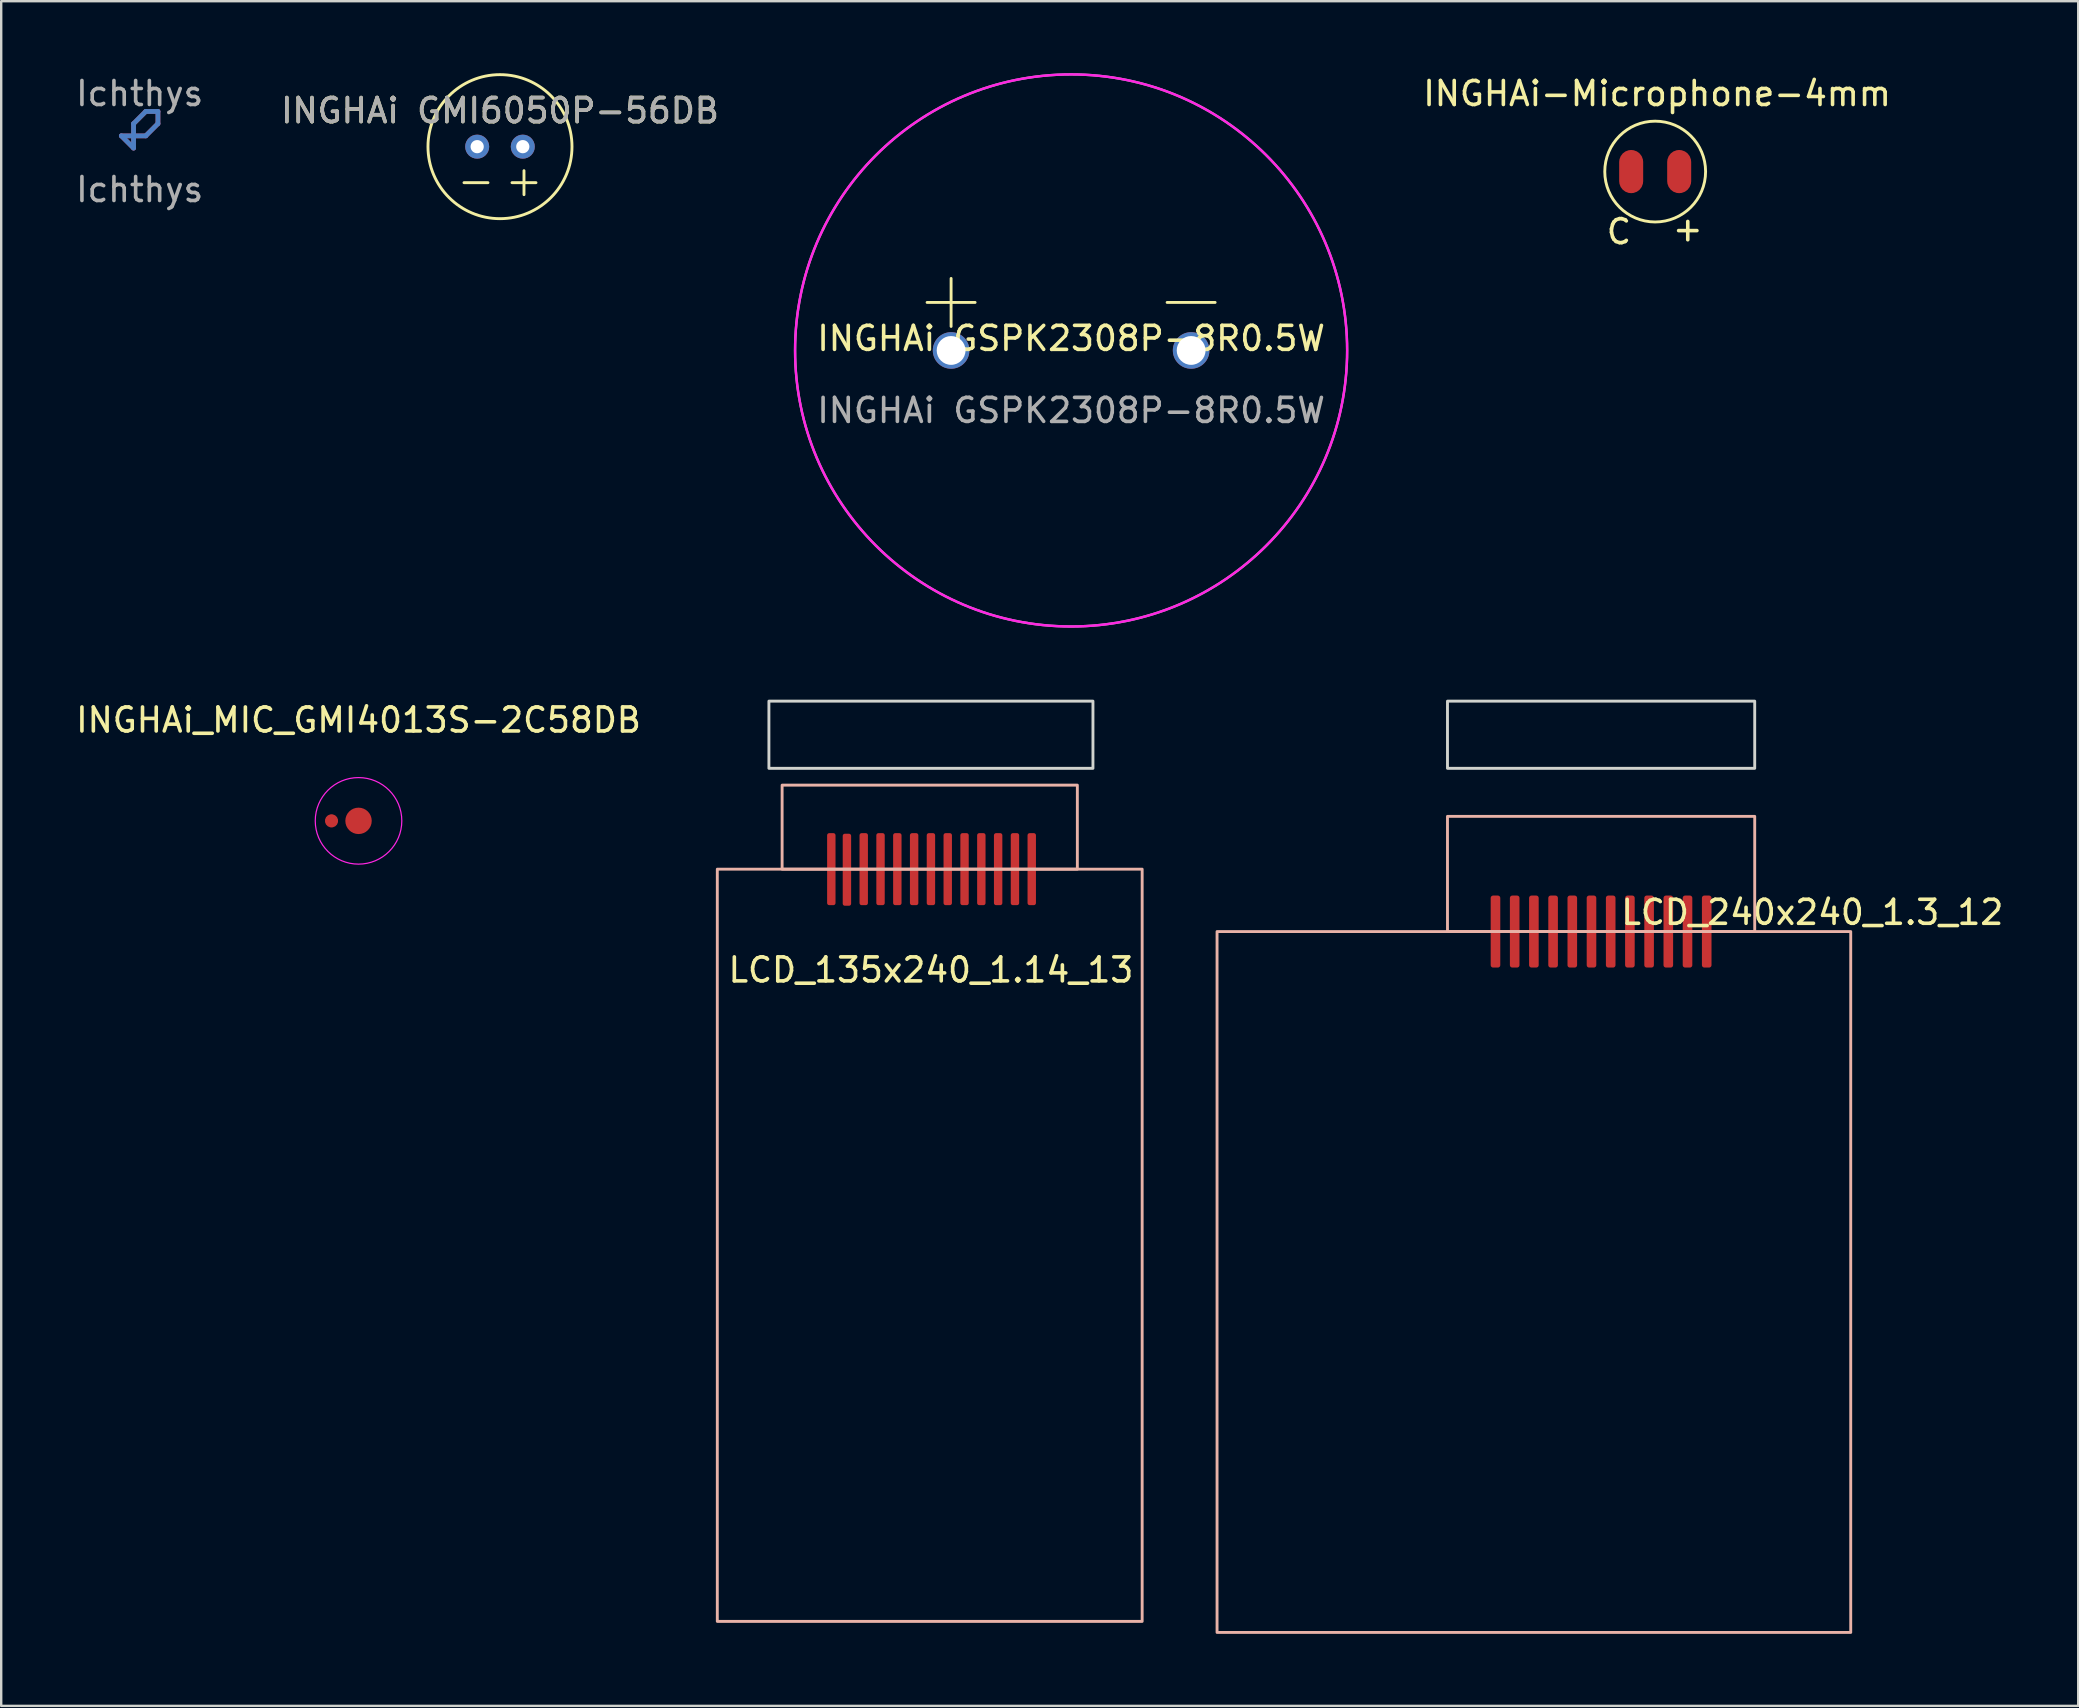
<source format=kicad_pcb>
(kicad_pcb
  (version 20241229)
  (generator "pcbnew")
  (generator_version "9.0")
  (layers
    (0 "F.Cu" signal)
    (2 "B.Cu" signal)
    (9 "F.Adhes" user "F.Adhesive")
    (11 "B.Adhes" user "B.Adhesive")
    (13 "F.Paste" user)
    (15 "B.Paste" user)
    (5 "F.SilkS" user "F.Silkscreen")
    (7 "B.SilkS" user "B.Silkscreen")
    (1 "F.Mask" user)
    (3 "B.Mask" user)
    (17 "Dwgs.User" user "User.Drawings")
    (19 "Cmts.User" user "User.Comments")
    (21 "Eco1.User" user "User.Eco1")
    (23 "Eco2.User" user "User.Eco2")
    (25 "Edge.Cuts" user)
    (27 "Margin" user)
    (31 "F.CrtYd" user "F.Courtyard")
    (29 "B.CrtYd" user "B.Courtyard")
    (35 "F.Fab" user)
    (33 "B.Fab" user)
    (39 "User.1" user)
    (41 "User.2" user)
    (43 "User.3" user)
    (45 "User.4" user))
  (footprint "Ichthys"
    (layer "F.Cu")
    (at 2.768 2.348)
    (property "Reference" "Ichthys" (at 0 -1.5 0) (unlocked yes) (layer "F.Fab") (effects (font (size 1 1) (thickness 0.15))))
    (attr smd allow_missing_courtyard)
    (fp_line (start -0.762 0.262) (end -0.254 0.77) (stroke (width 0.2) (type default)) (layer "F.Cu"))
    (fp_line (start -0.254 -0.246) (end 0.254 -0.754) (stroke (width 0.2) (type default)) (layer "F.Cu"))
    (fp_line (start -0.254 0.77) (end -0.254 -0.246) (stroke (width 0.2) (type default)) (layer "F.Cu"))
    (fp_line (start 0.254 -0.754) (end 0.762 -0.754) (stroke (width 0.2) (type default)) (layer "F.Cu"))
    (fp_line (start 0.254 0.262) (end -0.762 0.262) (stroke (width 0.2) (type default)) (layer "F.Cu"))
    (fp_line (start 0.762 -0.246) (end 0.254 0.262) (stroke (width 0.2) (type default)) (layer "F.Cu"))
    (fp_line (start 0.762 -0.754) (end 0.762 -0.246) (stroke (width 0.2) (type default)) (layer "F.Cu"))
    (fp_line (start -0.762 0.262) (end 0.254 0.262) (stroke (width 0.1) (type default)) (layer "F.Mask"))
    (fp_line (start -0.254 -0.246) (end -0.254 0.77) (stroke (width 0.1) (type default)) (layer "F.Mask"))
    (fp_line (start -0.254 0.77) (end -0.762 0.262) (stroke (width 0.1) (type default)) (layer "F.Mask"))
    (fp_line (start 0.254 -0.754) (end -0.254 -0.246) (stroke (width 0.1) (type default)) (layer "F.Mask"))
    (fp_line (start 0.254 0.262) (end 0.762 -0.246) (stroke (width 0.1) (type default)) (layer "F.Mask"))
    (fp_line (start 0.762 -0.246) (end 0.762 -0.754) (stroke (width 0.1) (type default)) (layer "F.Mask"))
    (fp_line (start 0.762 -0.754) (end 0.254 -0.754) (stroke (width 0.1) (type default)) (layer "F.Mask"))
    (fp_line (start -0.762 0.262) (end -0.254 0.77) (stroke (width 0.2) (type default)) (layer "B.Cu"))
    (fp_line (start -0.254 -0.246) (end 0.254 -0.754) (stroke (width 0.2) (type default)) (layer "B.Cu"))
    (fp_line (start -0.254 0.77) (end -0.254 -0.246) (stroke (width 0.2) (type default)) (layer "B.Cu"))
    (fp_line (start 0.254 -0.754) (end 0.762 -0.754) (stroke (width 0.2) (type default)) (layer "B.Cu"))
    (fp_line (start 0.254 0.262) (end -0.762 0.262) (stroke (width 0.2) (type default)) (layer "B.Cu"))
    (fp_line (start 0.762 -0.246) (end 0.254 0.262) (stroke (width 0.2) (type default)) (layer "B.Cu"))
    (fp_line (start 0.762 -0.754) (end 0.762 -0.246) (stroke (width 0.2) (type default)) (layer "B.Cu"))
    (fp_line (start -0.762 0.262) (end 0.254 0.262) (stroke (width 0.1) (type default)) (layer "B.Mask"))
    (fp_line (start -0.254 -0.246) (end -0.254 0.77) (stroke (width 0.1) (type default)) (layer "B.Mask"))
    (fp_line (start -0.254 0.77) (end -0.762 0.262) (stroke (width 0.1) (type default)) (layer "B.Mask"))
    (fp_line (start 0.254 -0.754) (end -0.254 -0.246) (stroke (width 0.1) (type default)) (layer "B.Mask"))
    (fp_line (start 0.254 0.262) (end 0.762 -0.246) (stroke (width 0.1) (type default)) (layer "B.Mask"))
    (fp_line (start 0.762 -0.246) (end 0.762 -0.754) (stroke (width 0.1) (type default)) (layer "B.Mask"))
    (fp_line (start 0.762 -0.754) (end 0.254 -0.754) (stroke (width 0.1) (type default)) (layer "B.Mask"))
    (fp_text user "${REFERENCE}" (at 0 2.5 0) (unlocked yes) (layer "F.Fab") (effects (font (size 1 1) (thickness 0.15)))))
  (footprint "INGHAi GMI6050P-56DB"
    (layer "F.Cu")
    (at 17.78 3.06)
    (property "Reference" "INGHAi GMI6050P-56DB" (at 0 -1.5 0) (unlocked yes) (layer "F.SilkS") (effects (font (size 1 1) (thickness 0.15))))
    (attr through_hole)
    (fp_line (start -1.5 1.5) (end -0.5 1.5) (stroke (width 0.12) (type solid)) (layer "F.SilkS"))
    (fp_line (start 0.5 1.5) (end 1.5 1.5) (stroke (width 0.12) (type solid)) (layer "F.SilkS"))
    (fp_line (start 1 1) (end 1 2) (stroke (width 0.12) (type solid)) (layer "F.SilkS"))
    (fp_circle (center 0 0) (end 3 0) (stroke (width 0.12) (type solid)) (fill no) (layer "F.SilkS"))
    (fp_text user "${REFERENCE}" (at 0 -1.5 0) (unlocked yes) (layer "F.Fab") (effects (font (size 1 1) (thickness 0.15))))
    (pad "1" thru_hole circle (at -0.95 0) (size 1 1) (drill 0.55) (layers "*.Cu" "*.Mask"))
    (pad "2" thru_hole circle (at 0.95 0) (size 1 1) (drill 0.55) (layers "*.Cu" "*.Mask")))
  (footprint "LCD_240x240_1.3_12"
    (layer "F.Cu")
    (at 61.254 35.76)
    (property "Reference" "LCD_240x240_1.3_12" (at 11.2 -0.8 0) (unlocked yes) (layer "F.SilkS") (effects (font (size 1 1) (thickness 0.15))))
    (attr smd)
    (fp_rect (start -13.6 0) (end 12.8 29.2) (stroke (width 0.12) (type solid)) (fill no) (layer "B.SilkS"))
    (fp_rect (start -4 -4.8) (end 8.8 0) (stroke (width 0.12) (type solid)) (fill no) (layer "B.SilkS"))
    (fp_rect (start -4 -9.6) (end 8.8 -6.8) (stroke (width 0.12) (type solid)) (fill no) (layer "Edge.Cuts"))
    (pad "1" smd roundrect (at -2 0 90) (size 3 0.4) (layers "F.Cu" "F.Mask" "F.Paste") (roundrect_rratio 0.25))
    (pad "2" smd roundrect (at -1.2 0 90) (size 3 0.4) (layers "F.Cu" "F.Mask" "F.Paste") (roundrect_rratio 0.25))
    (pad "3" smd roundrect (at -0.4 0 90) (size 3 0.4) (layers "F.Cu" "F.Mask" "F.Paste") (roundrect_rratio 0.25))
    (pad "4" smd roundrect (at 0.4 0 90) (size 3 0.4) (layers "F.Cu" "F.Mask" "F.Paste") (roundrect_rratio 0.25))
    (pad "5" smd roundrect (at 1.2 0 90) (size 3 0.4) (layers "F.Cu" "F.Mask" "F.Paste") (roundrect_rratio 0.25))
    (pad "6" smd roundrect (at 2 0 90) (size 3 0.4) (layers "F.Cu" "F.Mask" "F.Paste") (roundrect_rratio 0.25))
    (pad "7" smd roundrect (at 2.8 0 90) (size 3 0.4) (layers "F.Cu" "F.Mask" "F.Paste") (roundrect_rratio 0.25))
    (pad "8" smd roundrect (at 3.6 0 90) (size 3 0.4) (layers "F.Cu" "F.Mask" "F.Paste") (roundrect_rratio 0.25))
    (pad "9" smd roundrect (at 4.4 0 90) (size 3 0.4) (layers "F.Cu" "F.Mask" "F.Paste") (roundrect_rratio 0.25))
    (pad "10" smd roundrect (at 5.2 0 90) (size 3 0.4) (layers "F.Cu" "F.Mask" "F.Paste") (roundrect_rratio 0.25))
    (pad "11" smd roundrect (at 6 0 90) (size 3 0.4) (layers "F.Cu" "F.Mask" "F.Paste") (roundrect_rratio 0.25))
    (pad "12" smd roundrect (at 6.8 0 90) (size 3 0.4) (layers "F.Cu" "F.Mask" "F.Paste") (roundrect_rratio 0.25)))
  (footprint "INGHAi_MIC_GMI4013S-2C58DB"
    (layer "F.Cu")
    (at 11.887 31.148)
    (property "Reference" "INGHAi_MIC_GMI4013S-2C58DB" (at 0 -4.2 0) (unlocked yes) (layer "F.SilkS") (effects (font (size 1 1) (thickness 0.15))))
    (attr smd)
    (fp_circle (center 0 0) (end 1.5 1) (stroke (width 0.05) (type default)) (fill no) (layer "F.CrtYd"))
    (pad "1" smd custom (at -1.125 0) (size 0.5 0.5) (layers "F.Cu" "F.Mask" "F.Paste") (options (anchor circle)) (primitives (gr_arc (start 0 0) (mid 2.25 0) (end 0 0) (width 0.55))))
    (pad "2" smd circle (at 0 0) (size 1.1 1.1) (layers "F.Cu" "F.Mask" "F.Paste")))
  (footprint "LCD_135x240_1.14_13"
    (layer "F.Cu")
    (at 35.734 33.16)
    (property "Reference" "LCD_135x240_1.14_13" (at 0 4.2 0) (unlocked yes) (layer "F.SilkS") (effects (font (size 1 1) (thickness 0.15))))
    (attr smd)
    (fp_rect (start -8.9 0) (end 8.8 31.34) (stroke (width 0.12) (type solid)) (fill no) (layer "B.SilkS"))
    (fp_rect (start -6.2 -3.5) (end 6.1 0) (stroke (width 0.12) (type solid)) (fill no) (layer "B.SilkS"))
    (fp_rect (start -6.75 -7) (end 6.75 -4.2) (stroke (width 0.12) (type solid)) (fill no) (layer "Edge.Cuts"))
    (pad "1" smd roundrect (at 4.2 0 90) (size 3 0.35) (layers "F.Cu" "F.Mask" "F.Paste") (roundrect_rratio 0.25))
    (pad "2" smd roundrect (at 3.5 0 90) (size 3 0.35) (layers "F.Cu" "F.Mask" "F.Paste") (roundrect_rratio 0.25))
    (pad "3" smd roundrect (at 2.8 0 90) (size 3 0.35) (layers "F.Cu" "F.Mask" "F.Paste") (roundrect_rratio 0.25))
    (pad "4" smd roundrect (at 2.1 0 90) (size 3 0.35) (layers "F.Cu" "F.Mask" "F.Paste") (roundrect_rratio 0.25))
    (pad "5" smd roundrect (at 1.4 0 90) (size 3 0.35) (layers "F.Cu" "F.Mask" "F.Paste") (roundrect_rratio 0.25))
    (pad "6" smd roundrect (at 0.7 0 90) (size 3 0.35) (layers "F.Cu" "F.Mask" "F.Paste") (roundrect_rratio 0.25))
    (pad "7" smd roundrect (at 0 0 90) (size 3 0.35) (layers "F.Cu" "F.Mask" "F.Paste") (roundrect_rratio 0.25))
    (pad "8" smd roundrect (at -0.7 0 90) (size 3 0.35) (layers "F.Cu" "F.Mask" "F.Paste") (roundrect_rratio 0.25))
    (pad "9" smd roundrect (at -1.4 0 90) (size 3 0.35) (layers "F.Cu" "F.Mask" "F.Paste") (roundrect_rratio 0.25))
    (pad "10" smd roundrect (at -2.1 0 90) (size 3 0.35) (layers "F.Cu" "F.Mask" "F.Paste") (roundrect_rratio 0.25))
    (pad "11" smd roundrect (at -2.8 0 90) (size 3 0.35) (layers "F.Cu" "F.Mask" "F.Paste") (roundrect_rratio 0.25))
    (pad "12" smd roundrect (at -3.5 0.025 90) (size 3 0.35) (layers "F.Cu" "F.Mask" "F.Paste") (roundrect_rratio 0.25))
    (pad "13" smd roundrect (at -4.15 0 90) (size 3 0.35) (layers "F.Cu" "F.Mask" "F.Paste") (roundrect_rratio 0.25)))
  (footprint "INGHAi GSPK2308P-8R0.5W"
    (layer "F.Cu")
    (at 41.574 11.55)
    (property "Reference" "INGHAi GSPK2308P-8R0.5W" (at 0 -0.5 0) (unlocked yes) (layer "F.SilkS") (effects (font (size 1 1) (thickness 0.15))))
    (attr through_hole)
    (fp_line (start -6 -2) (end -4 -2) (stroke (width 0.12) (type solid)) (layer "F.SilkS"))
    (fp_line (start -5 -1) (end -5 -3) (stroke (width 0.12) (type solid)) (layer "F.SilkS"))
    (fp_line (start 4 -2) (end 6 -2) (stroke (width 0.12) (type solid)) (layer "F.SilkS"))
    (fp_circle (center 0 0) (end 11.5 0) (stroke (width 0.1) (type solid)) (fill no) (layer "F.CrtYd"))
    (fp_circle (center 0 0) (end 11.5 0) (stroke (width 0.1) (type solid)) (fill no) (layer "F.Fab"))
    (fp_text user "${REFERENCE}" (at 0 2.5 0) (unlocked yes) (layer "F.Fab") (effects (font (size 1 1) (thickness 0.15))))
    (pad "1" thru_hole circle (at -5 0) (size 1.524 1.524) (drill 1.2) (layers "*.Cu" "*.Mask"))
    (pad "2" thru_hole circle (at 5 0) (size 1.524 1.524) (drill 1.2) (layers "*.Cu" "*.Mask")))
  (footprint "INGHAi-Microphone-4mm"
    (layer "F.Cu")
    (at 65.907 4.098)
    (property "Reference" "INGHAi-Microphone-4mm" (at 0.08 -3.25 0) (unlocked yes) (layer "F.SilkS") (effects (font (size 1 1) (thickness 0.15))))
    (attr smd)
    (fp_circle (center 0 0) (end 2.1 0) (stroke (width 0.12) (type default)) (fill no) (layer "F.SilkS"))
    (fp_text user "C" (at -2.11 3.09 0) (unlocked yes) (layer "F.SilkS") (effects (font (size 1 1) (thickness 0.15)) (justify left bottom)))
    (fp_text user "+" (at 0.64 2.97 0) (unlocked yes) (layer "F.SilkS") (effects (font (size 1 1) (thickness 0.15)) (justify left bottom)))
    (pad "1" smd roundrect (at -1 0 270) (size 1.8 1) (layers "F.Cu" "F.Mask" "F.Paste") (roundrect_rratio 0.5))
    (pad "2" smd roundrect (at 1 0 270) (size 1.8 1) (layers "F.Cu" "F.Mask" "F.Paste") (roundrect_rratio 0.5)))
  (gr_rect
    (start -3 -3)
    (end 83.531 68.02)
    (stroke (width 0.1) (type default))
    (fill no)
    (layer "Edge.Cuts")))
</source>
